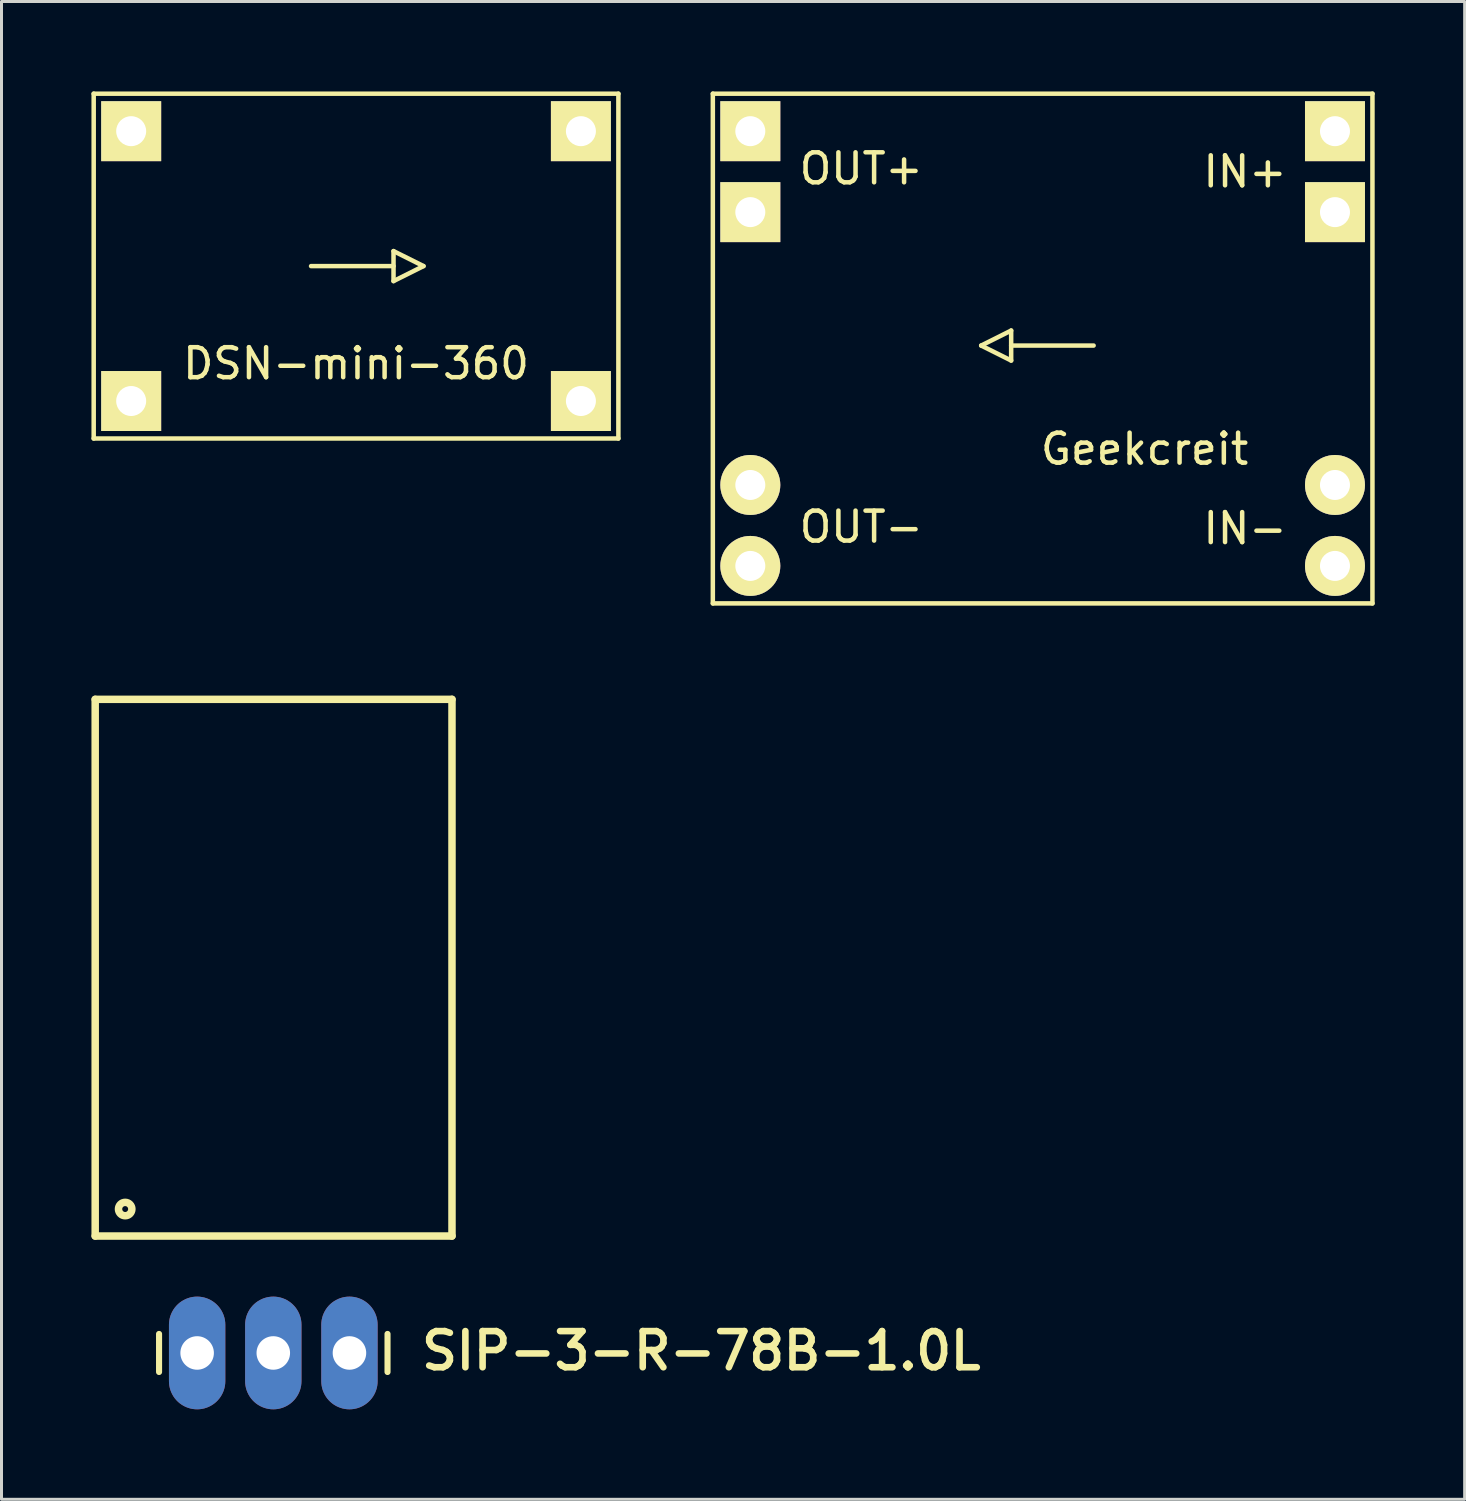
<source format=kicad_pcb>
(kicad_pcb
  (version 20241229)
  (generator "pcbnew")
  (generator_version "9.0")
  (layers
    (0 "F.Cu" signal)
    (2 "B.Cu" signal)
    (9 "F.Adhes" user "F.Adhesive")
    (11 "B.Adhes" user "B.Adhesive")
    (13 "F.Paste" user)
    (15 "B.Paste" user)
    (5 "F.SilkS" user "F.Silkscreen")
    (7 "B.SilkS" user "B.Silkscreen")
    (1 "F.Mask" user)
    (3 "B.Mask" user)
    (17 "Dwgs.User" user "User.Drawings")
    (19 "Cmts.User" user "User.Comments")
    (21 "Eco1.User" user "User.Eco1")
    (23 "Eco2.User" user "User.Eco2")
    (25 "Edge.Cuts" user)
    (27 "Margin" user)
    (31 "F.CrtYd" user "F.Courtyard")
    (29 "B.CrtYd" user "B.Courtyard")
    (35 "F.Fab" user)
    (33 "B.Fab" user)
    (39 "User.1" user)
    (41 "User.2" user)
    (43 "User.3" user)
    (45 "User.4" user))
  (footprint "Geekcreit"
    (layer "F.Cu")
    (at 31.725 8.475)
    (property "Reference" "Geekcreit" (at 3.4 3.45 0) (layer "F.SilkS") (effects (font (size 1 1) (thickness 0.15))))
    (attr through_hole)
    (fp_line (start -11 -8.4) (end -11 8.6) (stroke (width 0.15) (type solid)) (layer "F.SilkS"))
    (fp_line (start -11 8.6) (end 11 8.6) (stroke (width 0.15) (type solid)) (layer "F.SilkS"))
    (fp_line (start -2.05 0) (end -1.05 0.5) (stroke (width 0.15) (type solid)) (layer "F.SilkS"))
    (fp_line (start -1.05 -0.5) (end -2.05 0) (stroke (width 0.15) (type solid)) (layer "F.SilkS"))
    (fp_line (start -1.05 0.5) (end -1.05 -0.5) (stroke (width 0.15) (type solid)) (layer "F.SilkS"))
    (fp_line (start 1.7 0) (end -1.05 0) (stroke (width 0.15) (type solid)) (layer "F.SilkS"))
    (fp_line (start 11 -8.4) (end -11 -8.4) (stroke (width 0.15) (type solid)) (layer "F.SilkS"))
    (fp_line (start 11 8.6) (end 11 -8.4) (stroke (width 0.15) (type solid)) (layer "F.SilkS"))
    (fp_text user "IN-" (at 6.75 6.1 0) (layer "F.SilkS") (effects (font (size 1 1) (thickness 0.15))))
    (fp_text user "OUT-" (at -6.05 6.05 0) (layer "F.SilkS") (effects (font (size 1 1) (thickness 0.15))))
    (fp_text user "OUT+" (at -6.05 -5.9 0) (layer "F.SilkS") (effects (font (size 1 1) (thickness 0.15))))
    (fp_text user "IN+" (at 6.75 -5.8 0) (layer "F.SilkS") (effects (font (size 1 1) (thickness 0.15))))
    (pad "1" thru_hole rect (at 9.75 -7.15) (size 2 2) (drill 1) (layers "*.Cu" "*.Mask" "F.SilkS"))
    (pad "2" thru_hole rect (at 9.75 -4.45) (size 2 2) (drill 1) (layers "*.Cu" "*.Mask" "F.SilkS"))
    (pad "3" thru_hole circle (at 9.75 4.65) (size 2 2) (drill 1) (layers "*.Cu" "*.Mask" "F.SilkS"))
    (pad "4" thru_hole circle (at 9.75 7.35) (size 2 2) (drill 1) (layers "*.Cu" "*.Mask" "F.SilkS"))
    (pad "5" thru_hole circle (at -9.75 7.35) (size 2 2) (drill 1) (layers "*.Cu" "*.Mask" "F.SilkS"))
    (pad "6" thru_hole circle (at -9.75 4.65) (size 2 2) (drill 1) (layers "*.Cu" "*.Mask" "F.SilkS"))
    (pad "7" thru_hole rect (at -9.75 -4.45) (size 2 2) (drill 1) (layers "*.Cu" "*.Mask" "F.SilkS"))
    (pad "8" thru_hole rect (at -9.75 -7.15) (size 2 2) (drill 1) (layers "*.Cu" "*.Mask" "F.SilkS")))
  (footprint "DSN-mini-360"
    (layer "F.Cu")
    (at 8.825 5.825)
    (property "Reference" "DSN-mini-360" (at 0 3.25 0) (layer "F.SilkS") (effects (font (size 1 1) (thickness 0.15))))
    (attr through_hole)
    (fp_line (start -8.75 -5.75) (end -8.75 5.75) (stroke (width 0.15) (type solid)) (layer "F.SilkS"))
    (fp_line (start -8.75 5.75) (end 8.75 5.75) (stroke (width 0.15) (type solid)) (layer "F.SilkS"))
    (fp_line (start -1.5 0) (end 1.25 0) (stroke (width 0.15) (type solid)) (layer "F.SilkS"))
    (fp_line (start 1.25 -0.5) (end 1.25 0.5) (stroke (width 0.15) (type solid)) (layer "F.SilkS"))
    (fp_line (start 1.25 0.5) (end 2.25 0) (stroke (width 0.15) (type solid)) (layer "F.SilkS"))
    (fp_line (start 2.25 0) (end 1.25 -0.5) (stroke (width 0.15) (type solid)) (layer "F.SilkS"))
    (fp_line (start 8.75 -5.75) (end -8.75 -5.75) (stroke (width 0.15) (type solid)) (layer "F.SilkS"))
    (fp_line (start 8.75 5.75) (end 8.75 -5.75) (stroke (width 0.15) (type solid)) (layer "F.SilkS"))
    (pad "1" thru_hole rect (at -7.5 4.5) (size 2 2) (drill 1) (layers "*.Cu" "*.Mask" "F.SilkS"))
    (pad "2" thru_hole rect (at -7.5 -4.5) (size 2 2) (drill 1) (layers "*.Cu" "*.Mask" "F.SilkS"))
    (pad "3" thru_hole rect (at 7.5 4.5) (size 2 2) (drill 1) (layers "*.Cu" "*.Mask" "F.SilkS"))
    (pad "4" thru_hole rect (at 7.5 -4.5) (size 2 2) (drill 1) (layers "*.Cu" "*.Mask" "F.SilkS")))
  (footprint "SIP-3-R-78B-1.0L"
    (layer "F.Cu")
    (at 3.525 42.075)
    (property "Reference" "SIP-3-R-78B-1.0L" (at 7.366 0.635 0) (layer "F.SilkS") (effects (font (size 1.206 1.206) (thickness 0.22)) (justify left bottom)))
    (attr through_hole)
    (fp_line (start -3.4 -21.8) (end -3.4 -3.9) (stroke (width 0.25) (type solid)) (layer "F.SilkS"))
    (fp_line (start -3.4 -3.9) (end 8.5 -3.9) (stroke (width 0.25) (type solid)) (layer "F.SilkS"))
    (fp_line (start -1.27 -0.635) (end -1.27 0.635) (stroke (width 0.203) (type solid)) (layer "F.SilkS"))
    (fp_line (start 6.35 -0.635) (end 6.35 0.635) (stroke (width 0.203) (type solid)) (layer "F.SilkS"))
    (fp_line (start 8.5 -21.8) (end -3.4 -21.8) (stroke (width 0.25) (type solid)) (layer "F.SilkS"))
    (fp_line (start 8.5 -3.9) (end 8.5 -21.8) (stroke (width 0.25) (type solid)) (layer "F.SilkS"))
    (fp_circle (center -2.4 -4.8) (end -2.3 -4.6) (stroke (width 0.25) (type solid)) (fill no) (layer "F.SilkS"))
    (fp_poly (pts (xy -0.254 0.254) (xy 0.254 0.254) (xy 0.254 -0.254) (xy -0.254 -0.254)) (stroke (width 0.1) (type solid)) (fill no) (layer "Dwgs.User"))
    (fp_poly (pts (xy 2.286 0.254) (xy 2.794 0.254) (xy 2.794 -0.254) (xy 2.286 -0.254)) (stroke (width 0.1) (type solid)) (fill no) (layer "Dwgs.User"))
    (fp_poly (pts (xy 4.826 0.254) (xy 5.334 0.254) (xy 5.334 -0.254) (xy 4.826 -0.254)) (stroke (width 0.1) (type solid)) (fill no) (layer "Dwgs.User"))
    (pad "1" thru_hole oval (at 0 0 90) (size 3.759 1.88) (drill 1.118) (layers "*.Cu" "*.Mask"))
    (pad "2" thru_hole oval (at 2.54 0 90) (size 3.759 1.88) (drill 1.118) (layers "*.Cu" "*.Mask"))
    (pad "3" thru_hole oval (at 5.08 0 90) (size 3.759 1.88) (drill 1.118) (layers "*.Cu" "*.Mask")))
  (gr_rect
    (start -3 -3)
    (end 45.8 46.955)
    (stroke (width 0.1) (type default))
    (fill no)
    (layer "Edge.Cuts")))
</source>
